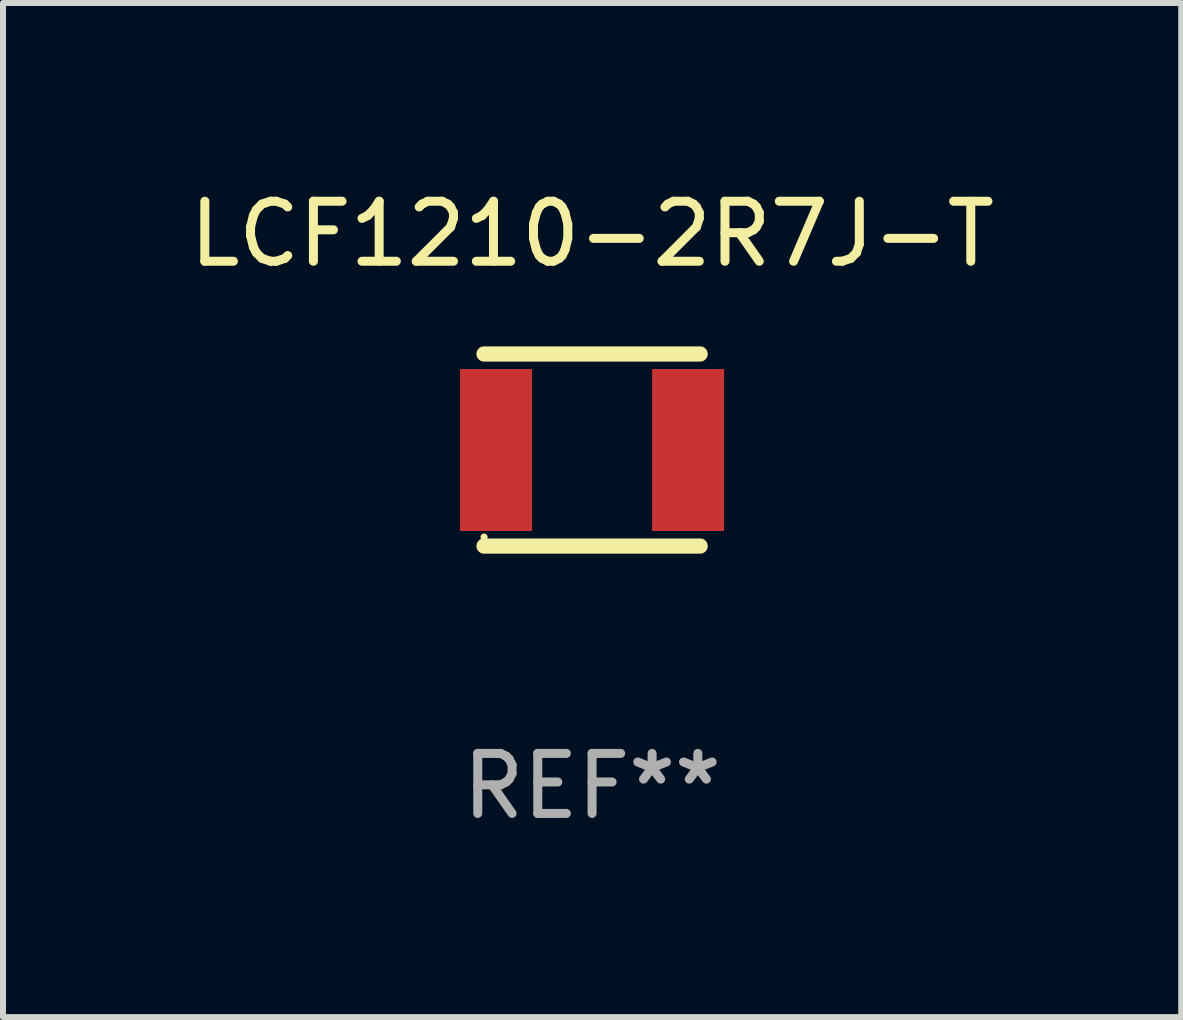
<source format=kicad_pcb>
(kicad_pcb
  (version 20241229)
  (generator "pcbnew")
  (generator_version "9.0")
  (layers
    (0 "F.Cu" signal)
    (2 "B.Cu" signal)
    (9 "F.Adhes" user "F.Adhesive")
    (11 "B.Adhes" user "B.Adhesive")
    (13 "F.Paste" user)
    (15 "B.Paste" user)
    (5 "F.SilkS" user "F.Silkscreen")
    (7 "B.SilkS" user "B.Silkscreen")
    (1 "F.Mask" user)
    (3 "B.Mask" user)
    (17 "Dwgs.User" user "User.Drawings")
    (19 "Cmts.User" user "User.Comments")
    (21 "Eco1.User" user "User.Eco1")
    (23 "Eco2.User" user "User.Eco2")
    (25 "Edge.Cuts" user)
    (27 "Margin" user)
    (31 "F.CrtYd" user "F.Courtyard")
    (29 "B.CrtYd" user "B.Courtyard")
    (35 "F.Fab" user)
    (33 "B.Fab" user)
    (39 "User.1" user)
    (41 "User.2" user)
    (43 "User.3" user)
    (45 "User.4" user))
  (footprint "LCF1210-2R7J-T"
    (layer "F.Cu")
    (at 6.815 4.448)
    (property "Reference" "LCF1210-2R7J-T" (at 0 -3.6 0) (layer "F.SilkS") (effects (font (size 1 1) (thickness 0.15))))
    (attr through_hole)
    (fp_line (start -1.8 -1.6) (end 1.8 -1.6) (stroke (width 0.254) (type solid)) (layer "F.SilkS"))
    (fp_line (start -1.8 1.6) (end 1.8 1.6) (stroke (width 0.254) (type solid)) (layer "F.SilkS"))
    (fp_circle (center -1.8 1.45) (end -1.77 1.45) (stroke (width 0.06) (type solid)) (fill no) (layer "F.SilkS"))
    (fp_text user "REF**" (at 0 5.6 0) (layer "F.Fab") (effects (font (size 1 1) (thickness 0.15))))
    (pad "1" smd rect (at -1.6 0 90) (size 2.7 1.2) (layers "F.Cu" "F.Mask" "F.Paste"))
    (pad "2" smd rect (at 1.6 0 90) (size 2.7 1.2) (layers "F.Cu" "F.Mask" "F.Paste")))
  (gr_rect
    (start -3 -3)
    (end 16.631 13.897)
    (stroke (width 0.1) (type default))
    (fill no)
    (layer "Edge.Cuts")))
</source>
